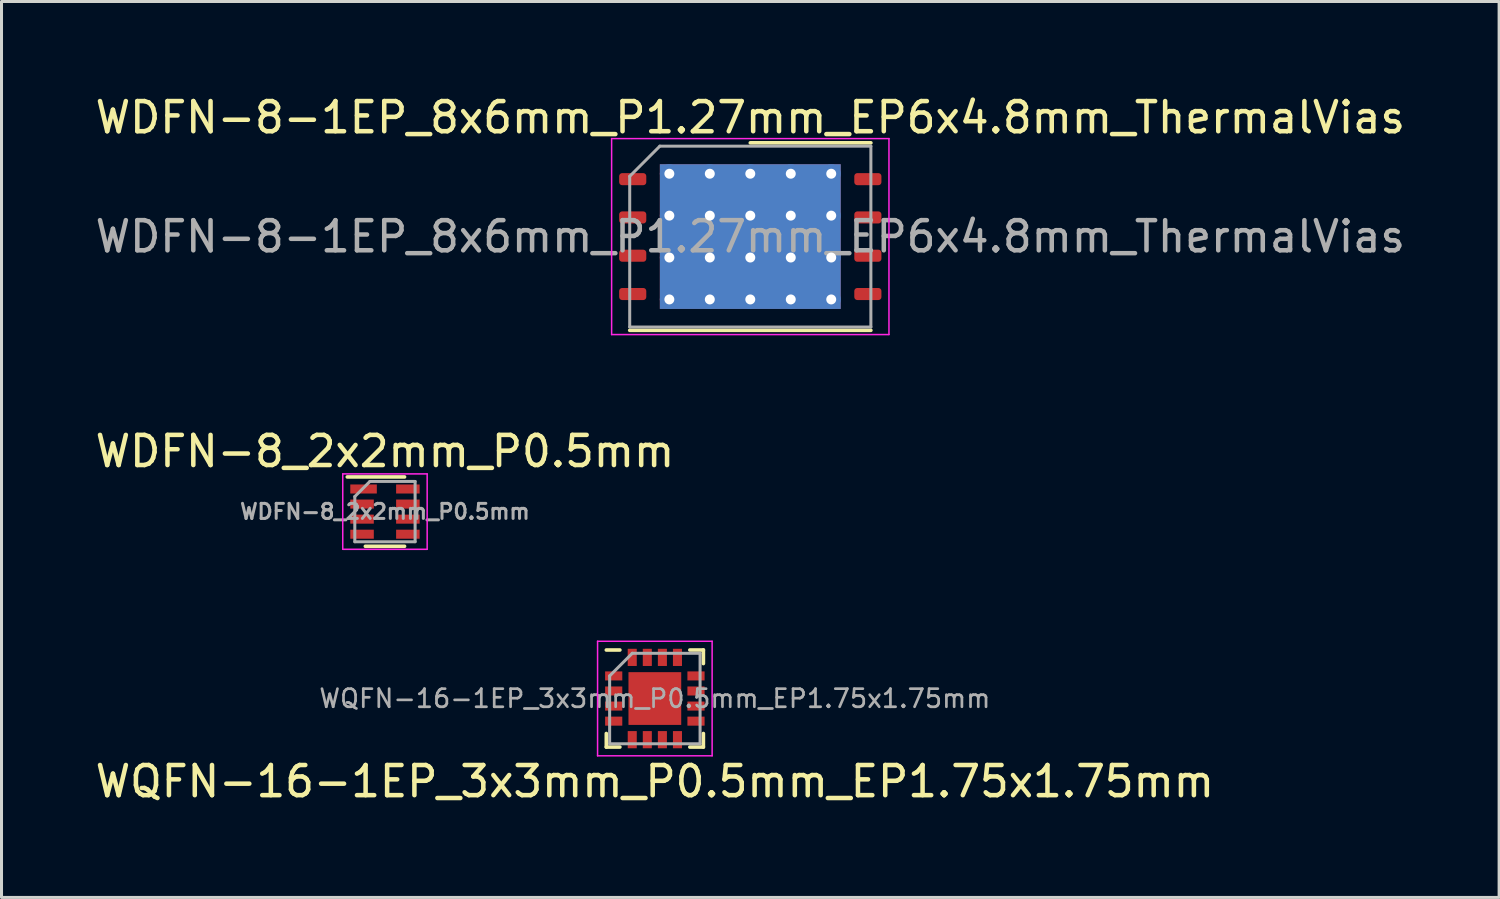
<source format=kicad_pcb>
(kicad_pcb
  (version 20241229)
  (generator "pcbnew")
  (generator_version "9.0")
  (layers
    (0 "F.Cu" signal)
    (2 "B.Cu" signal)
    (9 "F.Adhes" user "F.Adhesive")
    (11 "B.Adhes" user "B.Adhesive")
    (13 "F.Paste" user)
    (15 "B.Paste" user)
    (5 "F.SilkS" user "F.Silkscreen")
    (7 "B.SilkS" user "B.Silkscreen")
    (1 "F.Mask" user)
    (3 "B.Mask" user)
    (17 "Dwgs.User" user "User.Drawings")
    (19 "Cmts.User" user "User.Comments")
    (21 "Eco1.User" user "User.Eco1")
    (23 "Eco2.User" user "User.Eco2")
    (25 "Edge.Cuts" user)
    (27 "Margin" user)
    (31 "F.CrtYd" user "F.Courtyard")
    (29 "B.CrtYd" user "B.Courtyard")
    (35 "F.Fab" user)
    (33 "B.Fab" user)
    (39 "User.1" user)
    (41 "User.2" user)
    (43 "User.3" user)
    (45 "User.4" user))
  (footprint "WDFN-8-1EP_8x6mm_P1.27mm_EP6x4.8mm_ThermalVias"
    (layer "F.Cu")
    (at 21.839 4.798)
    (property "Reference" "WDFN-8-1EP_8x6mm_P1.27mm_EP6x4.8mm_ThermalVias" (at 0 -3.95 0) (layer "F.SilkS") (effects (font (size 1 1) (thickness 0.15))))
    (attr smd)
    (fp_line (start -4 3.11) (end 4 3.11) (stroke (width 0.12) (type solid)) (layer "F.SilkS"))
    (fp_line (start 0 -3.11) (end 4 -3.11) (stroke (width 0.12) (type solid)) (layer "F.SilkS"))
    (fp_line (start -4.6 -3.25) (end -4.6 3.25) (stroke (width 0.05) (type solid)) (layer "F.CrtYd"))
    (fp_line (start -4.6 3.25) (end 4.6 3.25) (stroke (width 0.05) (type solid)) (layer "F.CrtYd"))
    (fp_line (start 4.6 -3.25) (end -4.6 -3.25) (stroke (width 0.05) (type solid)) (layer "F.CrtYd"))
    (fp_line (start 4.6 3.25) (end 4.6 -3.25) (stroke (width 0.05) (type solid)) (layer "F.CrtYd"))
    (fp_line (start -4 -2) (end -3 -3) (stroke (width 0.1) (type solid)) (layer "F.Fab"))
    (fp_line (start -4 3) (end -4 -2) (stroke (width 0.1) (type solid)) (layer "F.Fab"))
    (fp_line (start -3 -3) (end 4 -3) (stroke (width 0.1) (type solid)) (layer "F.Fab"))
    (fp_line (start 4 -3) (end 4 3) (stroke (width 0.1) (type solid)) (layer "F.Fab"))
    (fp_line (start 4 3) (end -4 3) (stroke (width 0.1) (type solid)) (layer "F.Fab"))
    (fp_text user "${REFERENCE}" (at 0 0 0) (layer "F.Fab") (effects (font (size 1 1) (thickness 0.15))))
    (pad "" smd roundrect (at -1.5 -1.2) (size 2.42 1.93) (layers "F.Paste") (roundrect_rratio 0.13))
    (pad "" smd roundrect (at -1.5 1.2) (size 2.42 1.93) (layers "F.Paste") (roundrect_rratio 0.13))
    (pad "" smd roundrect (at 1.5 -1.2) (size 2.42 1.93) (layers "F.Paste") (roundrect_rratio 0.13))
    (pad "" smd roundrect (at 1.5 1.2) (size 2.42 1.93) (layers "F.Paste") (roundrect_rratio 0.13))
    (pad "1" smd roundrect (at -3.9 -1.905) (size 0.9 0.4) (layers "F.Cu" "F.Mask" "F.Paste") (roundrect_rratio 0.25))
    (pad "2" smd roundrect (at -3.9 -0.635) (size 0.9 0.4) (layers "F.Cu" "F.Mask" "F.Paste") (roundrect_rratio 0.25))
    (pad "3" smd roundrect (at -3.9 0.635) (size 0.9 0.4) (layers "F.Cu" "F.Mask" "F.Paste") (roundrect_rratio 0.25))
    (pad "4" smd roundrect (at -3.9 1.905) (size 0.9 0.4) (layers "F.Cu" "F.Mask" "F.Paste") (roundrect_rratio 0.25))
    (pad "5" smd roundrect (at 3.9 1.905) (size 0.9 0.4) (layers "F.Cu" "F.Mask" "F.Paste") (roundrect_rratio 0.25))
    (pad "6" smd roundrect (at 3.9 0.635) (size 0.9 0.4) (layers "F.Cu" "F.Mask" "F.Paste") (roundrect_rratio 0.25))
    (pad "7" smd roundrect (at 3.9 -0.635) (size 0.9 0.4) (layers "F.Cu" "F.Mask" "F.Paste") (roundrect_rratio 0.25))
    (pad "8" smd roundrect (at 3.9 -1.905) (size 0.9 0.4) (layers "F.Cu" "F.Mask" "F.Paste") (roundrect_rratio 0.25))
    (pad "9" thru_hole circle (at -2.685 -2.085) (size 0.63 0.63) (drill 0.33) (layers "*.Cu"))
    (pad "9" thru_hole circle (at -2.685 -0.695) (size 0.63 0.63) (drill 0.33) (layers "*.Cu"))
    (pad "9" thru_hole circle (at -2.685 0.695) (size 0.63 0.63) (drill 0.33) (layers "*.Cu"))
    (pad "9" thru_hole circle (at -2.685 2.085) (size 0.63 0.63) (drill 0.33) (layers "*.Cu"))
    (pad "9" thru_hole circle (at -1.343 -2.085) (size 0.63 0.63) (drill 0.33) (layers "*.Cu"))
    (pad "9" thru_hole circle (at -1.343 -0.695) (size 0.63 0.63) (drill 0.33) (layers "*.Cu"))
    (pad "9" thru_hole circle (at -1.343 0.695) (size 0.63 0.63) (drill 0.33) (layers "*.Cu"))
    (pad "9" thru_hole circle (at -1.343 2.085) (size 0.63 0.63) (drill 0.33) (layers "*.Cu"))
    (pad "9" thru_hole circle (at 0 -2.085) (size 0.63 0.63) (drill 0.33) (layers "*.Cu"))
    (pad "9" thru_hole circle (at 0 -0.695) (size 0.63 0.63) (drill 0.33) (layers "*.Cu"))
    (pad "9" smd rect (at 0 0) (size 6 4.8) (layers "F.Cu" "F.Mask"))
    (pad "9" smd rect (at 0 0) (size 6 4.8) (layers "B.Cu"))
    (pad "9" thru_hole circle (at 0 0.695) (size 0.63 0.63) (drill 0.33) (layers "*.Cu"))
    (pad "9" thru_hole circle (at 0 2.085) (size 0.63 0.63) (drill 0.33) (layers "*.Cu"))
    (pad "9" thru_hole circle (at 1.343 -2.085) (size 0.63 0.63) (drill 0.33) (layers "*.Cu"))
    (pad "9" thru_hole circle (at 1.343 -0.695) (size 0.63 0.63) (drill 0.33) (layers "*.Cu"))
    (pad "9" thru_hole circle (at 1.343 0.695) (size 0.63 0.63) (drill 0.33) (layers "*.Cu"))
    (pad "9" thru_hole circle (at 1.343 2.085) (size 0.63 0.63) (drill 0.33) (layers "*.Cu"))
    (pad "9" thru_hole circle (at 2.685 -2.085) (size 0.63 0.63) (drill 0.33) (layers "*.Cu"))
    (pad "9" thru_hole circle (at 2.685 -0.695) (size 0.63 0.63) (drill 0.33) (layers "*.Cu"))
    (pad "9" thru_hole circle (at 2.685 0.695) (size 0.63 0.63) (drill 0.33) (layers "*.Cu"))
    (pad "9" thru_hole circle (at 2.685 2.085) (size 0.63 0.63) (drill 0.33) (layers "*.Cu")))
  (footprint "WDFN-8_2x2mm_P0.5mm"
    (layer "F.Cu")
    (at 9.72 13.921)
    (property "Reference" "WDFN-8_2x2mm_P0.5mm" (at 0 -2 0) (layer "F.SilkS") (effects (font (size 1 1) (thickness 0.15))))
    (attr smd)
    (fp_line (start -1.25 -1.15) (end 0.65 -1.15) (stroke (width 0.12) (type solid)) (layer "F.SilkS"))
    (fp_line (start -0.65 1.15) (end 0.65 1.15) (stroke (width 0.12) (type solid)) (layer "F.SilkS"))
    (fp_line (start -1.4 -1.25) (end -1.4 1.25) (stroke (width 0.05) (type solid)) (layer "F.CrtYd"))
    (fp_line (start -1.4 -1.25) (end 1.4 -1.25) (stroke (width 0.05) (type solid)) (layer "F.CrtYd"))
    (fp_line (start -1.4 1.25) (end 1.4 1.25) (stroke (width 0.05) (type solid)) (layer "F.CrtYd"))
    (fp_line (start 1.4 -1.25) (end 1.4 1.25) (stroke (width 0.05) (type solid)) (layer "F.CrtYd"))
    (fp_line (start -1 -0.5) (end -0.5 -1) (stroke (width 0.1) (type solid)) (layer "F.Fab"))
    (fp_line (start -1 1) (end -1 -0.5) (stroke (width 0.1) (type solid)) (layer "F.Fab"))
    (fp_line (start -0.5 -1) (end 1 -1) (stroke (width 0.1) (type solid)) (layer "F.Fab"))
    (fp_line (start 1 -1) (end 1 1) (stroke (width 0.1) (type solid)) (layer "F.Fab"))
    (fp_line (start 1 1) (end -1 1) (stroke (width 0.1) (type solid)) (layer "F.Fab"))
    (fp_text user "${REFERENCE}" (at 0 0 0) (layer "F.Fab") (effects (font (size 0.5 0.5) (thickness 0.1))))
    (pad "1" smd rect (at -0.71 -0.75) (size 0.88 0.3) (layers "F.Cu" "F.Mask" "F.Paste"))
    (pad "2" smd rect (at -0.76 -0.25) (size 0.78 0.3) (layers "F.Cu" "F.Mask" "F.Paste"))
    (pad "3" smd rect (at -0.76 0.25) (size 0.78 0.3) (layers "F.Cu" "F.Mask" "F.Paste"))
    (pad "4" smd rect (at -0.76 0.75) (size 0.78 0.3) (layers "F.Cu" "F.Mask" "F.Paste"))
    (pad "5" smd rect (at 0.76 0.75) (size 0.78 0.3) (layers "F.Cu" "F.Mask" "F.Paste"))
    (pad "6" smd rect (at 0.76 0.25) (size 0.78 0.3) (layers "F.Cu" "F.Mask" "F.Paste"))
    (pad "7" smd rect (at 0.76 -0.25) (size 0.78 0.3) (layers "F.Cu" "F.Mask" "F.Paste"))
    (pad "8" smd rect (at 0.76 -0.75) (size 0.78 0.3) (layers "F.Cu" "F.Mask" "F.Paste")))
  (footprint "WQFN-16-1EP_3x3mm_P0.5mm_EP1.75x1.75mm"
    (layer "F.Cu")
    (at 18.673 20.122)
    (property "Reference" "WQFN-16-1EP_3x3mm_P0.5mm_EP1.75x1.75mm" (at 0 2.75 0) (layer "F.SilkS") (effects (font (size 1 1) (thickness 0.15))))
    (attr smd)
    (fp_line (start -1.61 1.61) (end -1.61 1.16) (stroke (width 0.12) (type solid)) (layer "F.SilkS"))
    (fp_line (start -1.16 -1.61) (end -1.61 -1.61) (stroke (width 0.12) (type solid)) (layer "F.SilkS"))
    (fp_line (start -1.16 1.61) (end -1.61 1.61) (stroke (width 0.12) (type solid)) (layer "F.SilkS"))
    (fp_line (start 1.16 -1.61) (end 1.61 -1.61) (stroke (width 0.12) (type solid)) (layer "F.SilkS"))
    (fp_line (start 1.16 1.61) (end 1.61 1.61) (stroke (width 0.12) (type solid)) (layer "F.SilkS"))
    (fp_line (start 1.61 -1.61) (end 1.61 -1.16) (stroke (width 0.12) (type solid)) (layer "F.SilkS"))
    (fp_line (start 1.61 1.61) (end 1.61 1.16) (stroke (width 0.12) (type solid)) (layer "F.SilkS"))
    (fp_line (start -1.9 -1.9) (end -1.9 1.9) (stroke (width 0.05) (type solid)) (layer "F.CrtYd"))
    (fp_line (start -1.9 1.9) (end 1.9 1.9) (stroke (width 0.05) (type solid)) (layer "F.CrtYd"))
    (fp_line (start 1.9 -1.9) (end -1.9 -1.9) (stroke (width 0.05) (type solid)) (layer "F.CrtYd"))
    (fp_line (start 1.9 1.9) (end 1.9 -1.9) (stroke (width 0.05) (type solid)) (layer "F.CrtYd"))
    (fp_line (start -1.5 -0.75) (end -1.5 1.5) (stroke (width 0.1) (type solid)) (layer "F.Fab"))
    (fp_line (start -1.5 1.5) (end 1.5 1.5) (stroke (width 0.1) (type solid)) (layer "F.Fab"))
    (fp_line (start -0.75 -1.5) (end -1.5 -0.75) (stroke (width 0.1) (type solid)) (layer "F.Fab"))
    (fp_line (start 1.5 -1.5) (end -0.75 -1.5) (stroke (width 0.1) (type solid)) (layer "F.Fab"))
    (fp_line (start 1.5 1.5) (end 1.5 -1.5) (stroke (width 0.1) (type solid)) (layer "F.Fab"))
    (fp_text user "${REFERENCE}" (at 0 0 0) (layer "F.Fab") (effects (font (size 0.6 0.6) (thickness 0.09))))
    (pad "" smd rect (at -0.438 -0.438) (size 0.65 0.65) (layers "F.Paste"))
    (pad "" smd rect (at -0.438 0.438) (size 0.65 0.65) (layers "F.Paste"))
    (pad "" smd rect (at 0.438 -0.438) (size 0.65 0.65) (layers "F.Paste"))
    (pad "" smd rect (at 0.438 0.438) (size 0.65 0.65) (layers "F.Paste"))
    (pad "1" smd rect (at -1.365 -0.75) (size 0.57 0.3) (layers "F.Cu" "F.Mask" "F.Paste"))
    (pad "2" smd rect (at -1.365 -0.25) (size 0.57 0.3) (layers "F.Cu" "F.Mask" "F.Paste"))
    (pad "3" smd rect (at -1.365 0.25) (size 0.57 0.3) (layers "F.Cu" "F.Mask" "F.Paste"))
    (pad "4" smd rect (at -1.365 0.75) (size 0.57 0.3) (layers "F.Cu" "F.Mask" "F.Paste"))
    (pad "5" smd rect (at -0.75 1.365) (size 0.3 0.57) (layers "F.Cu" "F.Mask" "F.Paste"))
    (pad "6" smd rect (at -0.25 1.365) (size 0.3 0.57) (layers "F.Cu" "F.Mask" "F.Paste"))
    (pad "7" smd rect (at 0.25 1.365) (size 0.3 0.57) (layers "F.Cu" "F.Mask" "F.Paste"))
    (pad "8" smd rect (at 0.75 1.365) (size 0.3 0.57) (layers "F.Cu" "F.Mask" "F.Paste"))
    (pad "9" smd rect (at 1.365 0.75) (size 0.57 0.3) (layers "F.Cu" "F.Mask" "F.Paste"))
    (pad "10" smd rect (at 1.365 0.25) (size 0.57 0.3) (layers "F.Cu" "F.Mask" "F.Paste"))
    (pad "11" smd rect (at 1.365 -0.25) (size 0.57 0.3) (layers "F.Cu" "F.Mask" "F.Paste"))
    (pad "12" smd rect (at 1.365 -0.75) (size 0.57 0.3) (layers "F.Cu" "F.Mask" "F.Paste"))
    (pad "13" smd rect (at 0.75 -1.365) (size 0.3 0.57) (layers "F.Cu" "F.Mask" "F.Paste"))
    (pad "14" smd rect (at 0.25 -1.365) (size 0.3 0.57) (layers "F.Cu" "F.Mask" "F.Paste"))
    (pad "15" smd rect (at -0.25 -1.365) (size 0.3 0.57) (layers "F.Cu" "F.Mask" "F.Paste"))
    (pad "16" smd rect (at -0.75 -1.365) (size 0.3 0.57) (layers "F.Cu" "F.Mask" "F.Paste"))
    (pad "17" smd rect (at 0 0) (size 1.75 1.75) (layers "F.Cu" "F.Mask")))
  (gr_rect
    (start -3 -3)
    (end 46.679 26.72)
    (stroke (width 0.1) (type default))
    (fill no)
    (layer "Edge.Cuts")))
</source>
